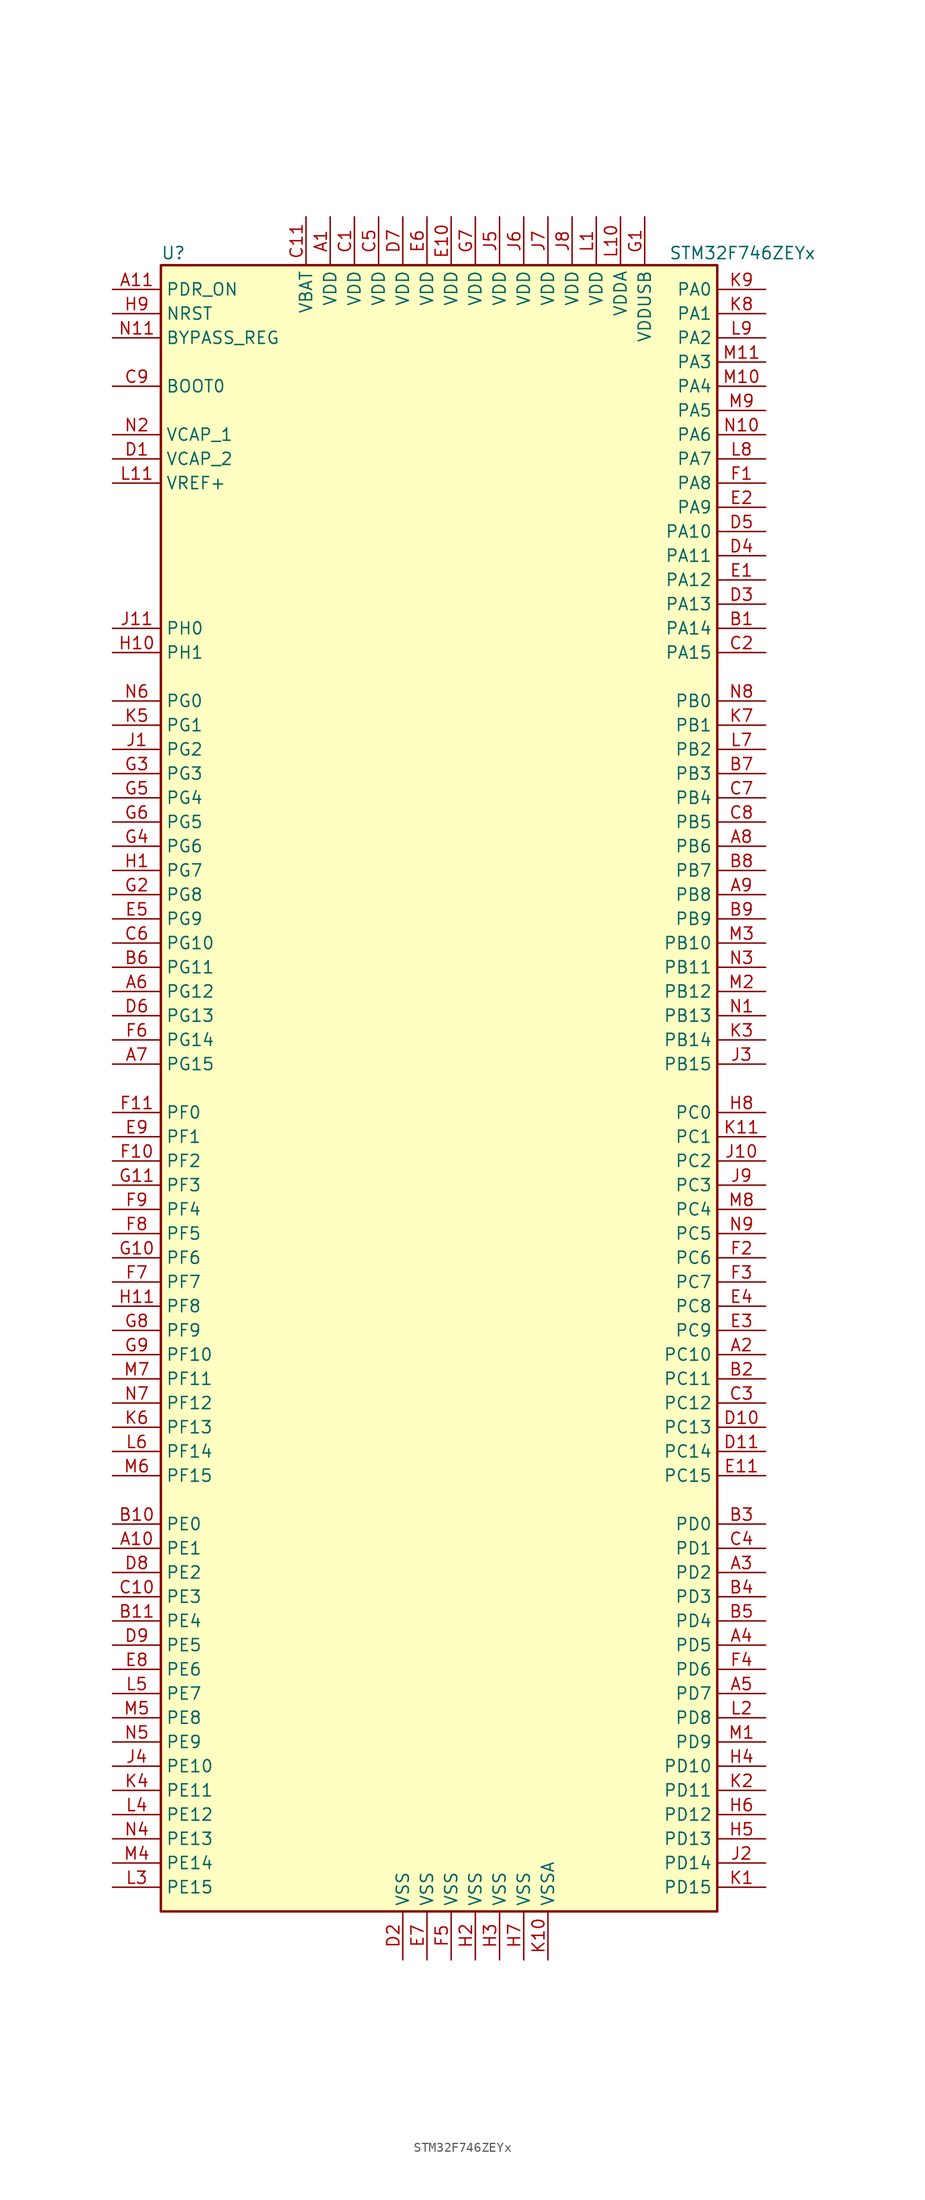
<source format=kicad_sym>
(kicad_symbol_lib
  (version 20211014)
  (generator kicad_symbol_editor)
  (symbol "STM32F746ZEYx"
    (property "Reference" "U"
      (at -30.48 87.63 0)
      (effects (font (size 1.27 1.27)) (justify left)))
    (property "Value" "STM32F746ZEYx"
      (at 22.86 87.63 0)
      (effects (font (size 1.27 1.27)) (justify left)))
    (symbol "STM32F746ZEYx_0_1"
      (rectangle (start -30.48 -86.36) (end 27.94 86.36) (stroke (width 0.254) (type default) (color 0 0 0 0)) (fill (type background))))
    (symbol "STM32F746ZEYx_1_1"
      (pin power_in line (at -12.7 91.44 270) (length 5.08) (name "VDD" (effects (font (size 1.27 1.27)))) (number "A1" (effects (font (size 1.27 1.27)))))
      (pin bidirectional line (at -35.56 -48.26 0) (length 5.08) (name "PE1" (effects (font (size 1.27 1.27)))) (number "A10" (effects (font (size 1.27 1.27)))))
      (pin input line (at -35.56 83.82 0) (length 5.08) (name "PDR_ON" (effects (font (size 1.27 1.27)))) (number "A11" (effects (font (size 1.27 1.27)))))
      (pin bidirectional line (at 33.02 -27.94 180) (length 5.08) (name "PC10" (effects (font (size 1.27 1.27)))) (number "A2" (effects (font (size 1.27 1.27)))))
      (pin bidirectional line (at 33.02 -50.8 180) (length 5.08) (name "PD2" (effects (font (size 1.27 1.27)))) (number "A3" (effects (font (size 1.27 1.27)))))
      (pin bidirectional line (at 33.02 -58.42 180) (length 5.08) (name "PD5" (effects (font (size 1.27 1.27)))) (number "A4" (effects (font (size 1.27 1.27)))))
      (pin bidirectional line (at 33.02 -63.5 180) (length 5.08) (name "PD7" (effects (font (size 1.27 1.27)))) (number "A5" (effects (font (size 1.27 1.27)))))
      (pin bidirectional line (at -35.56 10.16 0) (length 5.08) (name "PG12" (effects (font (size 1.27 1.27)))) (number "A6" (effects (font (size 1.27 1.27)))))
      (pin bidirectional line (at -35.56 2.54 0) (length 5.08) (name "PG15" (effects (font (size 1.27 1.27)))) (number "A7" (effects (font (size 1.27 1.27)))))
      (pin bidirectional line (at 33.02 25.4 180) (length 5.08) (name "PB6" (effects (font (size 1.27 1.27)))) (number "A8" (effects (font (size 1.27 1.27)))))
      (pin bidirectional line (at 33.02 20.32 180) (length 5.08) (name "PB8" (effects (font (size 1.27 1.27)))) (number "A9" (effects (font (size 1.27 1.27)))))
      (pin bidirectional line (at 33.02 48.26 180) (length 5.08) (name "PA14" (effects (font (size 1.27 1.27)))) (number "B1" (effects (font (size 1.27 1.27)))))
      (pin bidirectional line (at -35.56 -45.72 0) (length 5.08) (name "PE0" (effects (font (size 1.27 1.27)))) (number "B10" (effects (font (size 1.27 1.27)))))
      (pin bidirectional line (at -35.56 -55.88 0) (length 5.08) (name "PE4" (effects (font (size 1.27 1.27)))) (number "B11" (effects (font (size 1.27 1.27)))))
      (pin bidirectional line (at 33.02 -30.48 180) (length 5.08) (name "PC11" (effects (font (size 1.27 1.27)))) (number "B2" (effects (font (size 1.27 1.27)))))
      (pin bidirectional line (at 33.02 -45.72 180) (length 5.08) (name "PD0" (effects (font (size 1.27 1.27)))) (number "B3" (effects (font (size 1.27 1.27)))))
      (pin bidirectional line (at 33.02 -53.34 180) (length 5.08) (name "PD3" (effects (font (size 1.27 1.27)))) (number "B4" (effects (font (size 1.27 1.27)))))
      (pin bidirectional line (at 33.02 -55.88 180) (length 5.08) (name "PD4" (effects (font (size 1.27 1.27)))) (number "B5" (effects (font (size 1.27 1.27)))))
      (pin bidirectional line (at -35.56 12.7 0) (length 5.08) (name "PG11" (effects (font (size 1.27 1.27)))) (number "B6" (effects (font (size 1.27 1.27)))))
      (pin bidirectional line (at 33.02 33.02 180) (length 5.08) (name "PB3" (effects (font (size 1.27 1.27)))) (number "B7" (effects (font (size 1.27 1.27)))))
      (pin bidirectional line (at 33.02 22.86 180) (length 5.08) (name "PB7" (effects (font (size 1.27 1.27)))) (number "B8" (effects (font (size 1.27 1.27)))))
      (pin bidirectional line (at 33.02 17.78 180) (length 5.08) (name "PB9" (effects (font (size 1.27 1.27)))) (number "B9" (effects (font (size 1.27 1.27)))))
      (pin power_in line (at -10.16 91.44 270) (length 5.08) (name "VDD" (effects (font (size 1.27 1.27)))) (number "C1" (effects (font (size 1.27 1.27)))))
      (pin bidirectional line (at -35.56 -53.34 0) (length 5.08) (name "PE3" (effects (font (size 1.27 1.27)))) (number "C10" (effects (font (size 1.27 1.27)))))
      (pin power_in line (at -15.24 91.44 270) (length 5.08) (name "VBAT" (effects (font (size 1.27 1.27)))) (number "C11" (effects (font (size 1.27 1.27)))))
      (pin bidirectional line (at 33.02 45.72 180) (length 5.08) (name "PA15" (effects (font (size 1.27 1.27)))) (number "C2" (effects (font (size 1.27 1.27)))))
      (pin bidirectional line (at 33.02 -33.02 180) (length 5.08) (name "PC12" (effects (font (size 1.27 1.27)))) (number "C3" (effects (font (size 1.27 1.27)))))
      (pin bidirectional line (at 33.02 -48.26 180) (length 5.08) (name "PD1" (effects (font (size 1.27 1.27)))) (number "C4" (effects (font (size 1.27 1.27)))))
      (pin power_in line (at -7.62 91.44 270) (length 5.08) (name "VDD" (effects (font (size 1.27 1.27)))) (number "C5" (effects (font (size 1.27 1.27)))))
      (pin bidirectional line (at -35.56 15.24 0) (length 5.08) (name "PG10" (effects (font (size 1.27 1.27)))) (number "C6" (effects (font (size 1.27 1.27)))))
      (pin bidirectional line (at 33.02 30.48 180) (length 5.08) (name "PB4" (effects (font (size 1.27 1.27)))) (number "C7" (effects (font (size 1.27 1.27)))))
      (pin bidirectional line (at 33.02 27.94 180) (length 5.08) (name "PB5" (effects (font (size 1.27 1.27)))) (number "C8" (effects (font (size 1.27 1.27)))))
      (pin input line (at -35.56 73.66 0) (length 5.08) (name "BOOT0" (effects (font (size 1.27 1.27)))) (number "C9" (effects (font (size 1.27 1.27)))))
      (pin power_in line (at -35.56 66.04 0) (length 5.08) (name "VCAP_2" (effects (font (size 1.27 1.27)))) (number "D1" (effects (font (size 1.27 1.27)))))
      (pin bidirectional line (at 33.02 -35.56 180) (length 5.08) (name "PC13" (effects (font (size 1.27 1.27)))) (number "D10" (effects (font (size 1.27 1.27)))))
      (pin bidirectional line (at 33.02 -38.1 180) (length 5.08) (name "PC14" (effects (font (size 1.27 1.27)))) (number "D11" (effects (font (size 1.27 1.27)))))
      (pin power_in line (at -5.08 -91.44 90) (length 5.08) (name "VSS" (effects (font (size 1.27 1.27)))) (number "D2" (effects (font (size 1.27 1.27)))))
      (pin bidirectional line (at 33.02 50.8 180) (length 5.08) (name "PA13" (effects (font (size 1.27 1.27)))) (number "D3" (effects (font (size 1.27 1.27)))))
      (pin bidirectional line (at 33.02 55.88 180) (length 5.08) (name "PA11" (effects (font (size 1.27 1.27)))) (number "D4" (effects (font (size 1.27 1.27)))))
      (pin bidirectional line (at 33.02 58.42 180) (length 5.08) (name "PA10" (effects (font (size 1.27 1.27)))) (number "D5" (effects (font (size 1.27 1.27)))))
      (pin bidirectional line (at -35.56 7.62 0) (length 5.08) (name "PG13" (effects (font (size 1.27 1.27)))) (number "D6" (effects (font (size 1.27 1.27)))))
      (pin power_in line (at -5.08 91.44 270) (length 5.08) (name "VDD" (effects (font (size 1.27 1.27)))) (number "D7" (effects (font (size 1.27 1.27)))))
      (pin bidirectional line (at -35.56 -50.8 0) (length 5.08) (name "PE2" (effects (font (size 1.27 1.27)))) (number "D8" (effects (font (size 1.27 1.27)))))
      (pin bidirectional line (at -35.56 -58.42 0) (length 5.08) (name "PE5" (effects (font (size 1.27 1.27)))) (number "D9" (effects (font (size 1.27 1.27)))))
      (pin bidirectional line (at 33.02 53.34 180) (length 5.08) (name "PA12" (effects (font (size 1.27 1.27)))) (number "E1" (effects (font (size 1.27 1.27)))))
      (pin power_in line (at 0 91.44 270) (length 5.08) (name "VDD" (effects (font (size 1.27 1.27)))) (number "E10" (effects (font (size 1.27 1.27)))))
      (pin bidirectional line (at 33.02 -40.64 180) (length 5.08) (name "PC15" (effects (font (size 1.27 1.27)))) (number "E11" (effects (font (size 1.27 1.27)))))
      (pin bidirectional line (at 33.02 60.96 180) (length 5.08) (name "PA9" (effects (font (size 1.27 1.27)))) (number "E2" (effects (font (size 1.27 1.27)))))
      (pin bidirectional line (at 33.02 -25.4 180) (length 5.08) (name "PC9" (effects (font (size 1.27 1.27)))) (number "E3" (effects (font (size 1.27 1.27)))))
      (pin bidirectional line (at 33.02 -22.86 180) (length 5.08) (name "PC8" (effects (font (size 1.27 1.27)))) (number "E4" (effects (font (size 1.27 1.27)))))
      (pin bidirectional line (at -35.56 17.78 0) (length 5.08) (name "PG9" (effects (font (size 1.27 1.27)))) (number "E5" (effects (font (size 1.27 1.27)))))
      (pin power_in line (at -2.54 91.44 270) (length 5.08) (name "VDD" (effects (font (size 1.27 1.27)))) (number "E6" (effects (font (size 1.27 1.27)))))
      (pin power_in line (at -2.54 -91.44 90) (length 5.08) (name "VSS" (effects (font (size 1.27 1.27)))) (number "E7" (effects (font (size 1.27 1.27)))))
      (pin bidirectional line (at -35.56 -60.96 0) (length 5.08) (name "PE6" (effects (font (size 1.27 1.27)))) (number "E8" (effects (font (size 1.27 1.27)))))
      (pin bidirectional line (at -35.56 -5.08 0) (length 5.08) (name "PF1" (effects (font (size 1.27 1.27)))) (number "E9" (effects (font (size 1.27 1.27)))))
      (pin bidirectional line (at 33.02 63.5 180) (length 5.08) (name "PA8" (effects (font (size 1.27 1.27)))) (number "F1" (effects (font (size 1.27 1.27)))))
      (pin bidirectional line (at -35.56 -7.62 0) (length 5.08) (name "PF2" (effects (font (size 1.27 1.27)))) (number "F10" (effects (font (size 1.27 1.27)))))
      (pin bidirectional line (at -35.56 -2.54 0) (length 5.08) (name "PF0" (effects (font (size 1.27 1.27)))) (number "F11" (effects (font (size 1.27 1.27)))))
      (pin bidirectional line (at 33.02 -17.78 180) (length 5.08) (name "PC6" (effects (font (size 1.27 1.27)))) (number "F2" (effects (font (size 1.27 1.27)))))
      (pin bidirectional line (at 33.02 -20.32 180) (length 5.08) (name "PC7" (effects (font (size 1.27 1.27)))) (number "F3" (effects (font (size 1.27 1.27)))))
      (pin bidirectional line (at 33.02 -60.96 180) (length 5.08) (name "PD6" (effects (font (size 1.27 1.27)))) (number "F4" (effects (font (size 1.27 1.27)))))
      (pin power_in line (at 0 -91.44 90) (length 5.08) (name "VSS" (effects (font (size 1.27 1.27)))) (number "F5" (effects (font (size 1.27 1.27)))))
      (pin bidirectional line (at -35.56 5.08 0) (length 5.08) (name "PG14" (effects (font (size 1.27 1.27)))) (number "F6" (effects (font (size 1.27 1.27)))))
      (pin bidirectional line (at -35.56 -20.32 0) (length 5.08) (name "PF7" (effects (font (size 1.27 1.27)))) (number "F7" (effects (font (size 1.27 1.27)))))
      (pin bidirectional line (at -35.56 -15.24 0) (length 5.08) (name "PF5" (effects (font (size 1.27 1.27)))) (number "F8" (effects (font (size 1.27 1.27)))))
      (pin bidirectional line (at -35.56 -12.7 0) (length 5.08) (name "PF4" (effects (font (size 1.27 1.27)))) (number "F9" (effects (font (size 1.27 1.27)))))
      (pin power_in line (at 20.32 91.44 270) (length 5.08) (name "VDDUSB" (effects (font (size 1.27 1.27)))) (number "G1" (effects (font (size 1.27 1.27)))))
      (pin bidirectional line (at -35.56 -17.78 0) (length 5.08) (name "PF6" (effects (font (size 1.27 1.27)))) (number "G10" (effects (font (size 1.27 1.27)))))
      (pin bidirectional line (at -35.56 -10.16 0) (length 5.08) (name "PF3" (effects (font (size 1.27 1.27)))) (number "G11" (effects (font (size 1.27 1.27)))))
      (pin bidirectional line (at -35.56 20.32 0) (length 5.08) (name "PG8" (effects (font (size 1.27 1.27)))) (number "G2" (effects (font (size 1.27 1.27)))))
      (pin bidirectional line (at -35.56 33.02 0) (length 5.08) (name "PG3" (effects (font (size 1.27 1.27)))) (number "G3" (effects (font (size 1.27 1.27)))))
      (pin bidirectional line (at -35.56 25.4 0) (length 5.08) (name "PG6" (effects (font (size 1.27 1.27)))) (number "G4" (effects (font (size 1.27 1.27)))))
      (pin bidirectional line (at -35.56 30.48 0) (length 5.08) (name "PG4" (effects (font (size 1.27 1.27)))) (number "G5" (effects (font (size 1.27 1.27)))))
      (pin bidirectional line (at -35.56 27.94 0) (length 5.08) (name "PG5" (effects (font (size 1.27 1.27)))) (number "G6" (effects (font (size 1.27 1.27)))))
      (pin power_in line (at 2.54 91.44 270) (length 5.08) (name "VDD" (effects (font (size 1.27 1.27)))) (number "G7" (effects (font (size 1.27 1.27)))))
      (pin bidirectional line (at -35.56 -25.4 0) (length 5.08) (name "PF9" (effects (font (size 1.27 1.27)))) (number "G8" (effects (font (size 1.27 1.27)))))
      (pin bidirectional line (at -35.56 -27.94 0) (length 5.08) (name "PF10" (effects (font (size 1.27 1.27)))) (number "G9" (effects (font (size 1.27 1.27)))))
      (pin bidirectional line (at -35.56 22.86 0) (length 5.08) (name "PG7" (effects (font (size 1.27 1.27)))) (number "H1" (effects (font (size 1.27 1.27)))))
      (pin input line (at -35.56 45.72 0) (length 5.08) (name "PH1" (effects (font (size 1.27 1.27)))) (number "H10" (effects (font (size 1.27 1.27)))))
      (pin bidirectional line (at -35.56 -22.86 0) (length 5.08) (name "PF8" (effects (font (size 1.27 1.27)))) (number "H11" (effects (font (size 1.27 1.27)))))
      (pin power_in line (at 2.54 -91.44 90) (length 5.08) (name "VSS" (effects (font (size 1.27 1.27)))) (number "H2" (effects (font (size 1.27 1.27)))))
      (pin power_in line (at 5.08 -91.44 90) (length 5.08) (name "VSS" (effects (font (size 1.27 1.27)))) (number "H3" (effects (font (size 1.27 1.27)))))
      (pin bidirectional line (at 33.02 -71.12 180) (length 5.08) (name "PD10" (effects (font (size 1.27 1.27)))) (number "H4" (effects (font (size 1.27 1.27)))))
      (pin bidirectional line (at 33.02 -78.74 180) (length 5.08) (name "PD13" (effects (font (size 1.27 1.27)))) (number "H5" (effects (font (size 1.27 1.27)))))
      (pin bidirectional line (at 33.02 -76.2 180) (length 5.08) (name "PD12" (effects (font (size 1.27 1.27)))) (number "H6" (effects (font (size 1.27 1.27)))))
      (pin power_in line (at 7.62 -91.44 90) (length 5.08) (name "VSS" (effects (font (size 1.27 1.27)))) (number "H7" (effects (font (size 1.27 1.27)))))
      (pin bidirectional line (at 33.02 -2.54 180) (length 5.08) (name "PC0" (effects (font (size 1.27 1.27)))) (number "H8" (effects (font (size 1.27 1.27)))))
      (pin input line (at -35.56 81.28 0) (length 5.08) (name "NRST" (effects (font (size 1.27 1.27)))) (number "H9" (effects (font (size 1.27 1.27)))))
      (pin bidirectional line (at -35.56 35.56 0) (length 5.08) (name "PG2" (effects (font (size 1.27 1.27)))) (number "J1" (effects (font (size 1.27 1.27)))))
      (pin bidirectional line (at 33.02 -7.62 180) (length 5.08) (name "PC2" (effects (font (size 1.27 1.27)))) (number "J10" (effects (font (size 1.27 1.27)))))
      (pin input line (at -35.56 48.26 0) (length 5.08) (name "PH0" (effects (font (size 1.27 1.27)))) (number "J11" (effects (font (size 1.27 1.27)))))
      (pin bidirectional line (at 33.02 -81.28 180) (length 5.08) (name "PD14" (effects (font (size 1.27 1.27)))) (number "J2" (effects (font (size 1.27 1.27)))))
      (pin bidirectional line (at 33.02 2.54 180) (length 5.08) (name "PB15" (effects (font (size 1.27 1.27)))) (number "J3" (effects (font (size 1.27 1.27)))))
      (pin bidirectional line (at -35.56 -71.12 0) (length 5.08) (name "PE10" (effects (font (size 1.27 1.27)))) (number "J4" (effects (font (size 1.27 1.27)))))
      (pin power_in line (at 5.08 91.44 270) (length 5.08) (name "VDD" (effects (font (size 1.27 1.27)))) (number "J5" (effects (font (size 1.27 1.27)))))
      (pin power_in line (at 7.62 91.44 270) (length 5.08) (name "VDD" (effects (font (size 1.27 1.27)))) (number "J6" (effects (font (size 1.27 1.27)))))
      (pin power_in line (at 10.16 91.44 270) (length 5.08) (name "VDD" (effects (font (size 1.27 1.27)))) (number "J7" (effects (font (size 1.27 1.27)))))
      (pin power_in line (at 12.7 91.44 270) (length 5.08) (name "VDD" (effects (font (size 1.27 1.27)))) (number "J8" (effects (font (size 1.27 1.27)))))
      (pin bidirectional line (at 33.02 -10.16 180) (length 5.08) (name "PC3" (effects (font (size 1.27 1.27)))) (number "J9" (effects (font (size 1.27 1.27)))))
      (pin bidirectional line (at 33.02 -83.82 180) (length 5.08) (name "PD15" (effects (font (size 1.27 1.27)))) (number "K1" (effects (font (size 1.27 1.27)))))
      (pin power_in line (at 10.16 -91.44 90) (length 5.08) (name "VSSA" (effects (font (size 1.27 1.27)))) (number "K10" (effects (font (size 1.27 1.27)))))
      (pin bidirectional line (at 33.02 -5.08 180) (length 5.08) (name "PC1" (effects (font (size 1.27 1.27)))) (number "K11" (effects (font (size 1.27 1.27)))))
      (pin bidirectional line (at 33.02 -73.66 180) (length 5.08) (name "PD11" (effects (font (size 1.27 1.27)))) (number "K2" (effects (font (size 1.27 1.27)))))
      (pin bidirectional line (at 33.02 5.08 180) (length 5.08) (name "PB14" (effects (font (size 1.27 1.27)))) (number "K3" (effects (font (size 1.27 1.27)))))
      (pin bidirectional line (at -35.56 -73.66 0) (length 5.08) (name "PE11" (effects (font (size 1.27 1.27)))) (number "K4" (effects (font (size 1.27 1.27)))))
      (pin bidirectional line (at -35.56 38.1 0) (length 5.08) (name "PG1" (effects (font (size 1.27 1.27)))) (number "K5" (effects (font (size 1.27 1.27)))))
      (pin bidirectional line (at -35.56 -35.56 0) (length 5.08) (name "PF13" (effects (font (size 1.27 1.27)))) (number "K6" (effects (font (size 1.27 1.27)))))
      (pin bidirectional line (at 33.02 38.1 180) (length 5.08) (name "PB1" (effects (font (size 1.27 1.27)))) (number "K7" (effects (font (size 1.27 1.27)))))
      (pin bidirectional line (at 33.02 81.28 180) (length 5.08) (name "PA1" (effects (font (size 1.27 1.27)))) (number "K8" (effects (font (size 1.27 1.27)))))
      (pin bidirectional line (at 33.02 83.82 180) (length 5.08) (name "PA0" (effects (font (size 1.27 1.27)))) (number "K9" (effects (font (size 1.27 1.27)))))
      (pin power_in line (at 15.24 91.44 270) (length 5.08) (name "VDD" (effects (font (size 1.27 1.27)))) (number "L1" (effects (font (size 1.27 1.27)))))
      (pin power_in line (at 17.78 91.44 270) (length 5.08) (name "VDDA" (effects (font (size 1.27 1.27)))) (number "L10" (effects (font (size 1.27 1.27)))))
      (pin power_in line (at -35.56 63.5 0) (length 5.08) (name "VREF+" (effects (font (size 1.27 1.27)))) (number "L11" (effects (font (size 1.27 1.27)))))
      (pin bidirectional line (at 33.02 -66.04 180) (length 5.08) (name "PD8" (effects (font (size 1.27 1.27)))) (number "L2" (effects (font (size 1.27 1.27)))))
      (pin bidirectional line (at -35.56 -83.82 0) (length 5.08) (name "PE15" (effects (font (size 1.27 1.27)))) (number "L3" (effects (font (size 1.27 1.27)))))
      (pin bidirectional line (at -35.56 -76.2 0) (length 5.08) (name "PE12" (effects (font (size 1.27 1.27)))) (number "L4" (effects (font (size 1.27 1.27)))))
      (pin bidirectional line (at -35.56 -63.5 0) (length 5.08) (name "PE7" (effects (font (size 1.27 1.27)))) (number "L5" (effects (font (size 1.27 1.27)))))
      (pin bidirectional line (at -35.56 -38.1 0) (length 5.08) (name "PF14" (effects (font (size 1.27 1.27)))) (number "L6" (effects (font (size 1.27 1.27)))))
      (pin bidirectional line (at 33.02 35.56 180) (length 5.08) (name "PB2" (effects (font (size 1.27 1.27)))) (number "L7" (effects (font (size 1.27 1.27)))))
      (pin bidirectional line (at 33.02 66.04 180) (length 5.08) (name "PA7" (effects (font (size 1.27 1.27)))) (number "L8" (effects (font (size 1.27 1.27)))))
      (pin bidirectional line (at 33.02 78.74 180) (length 5.08) (name "PA2" (effects (font (size 1.27 1.27)))) (number "L9" (effects (font (size 1.27 1.27)))))
      (pin bidirectional line (at 33.02 -68.58 180) (length 5.08) (name "PD9" (effects (font (size 1.27 1.27)))) (number "M1" (effects (font (size 1.27 1.27)))))
      (pin bidirectional line (at 33.02 73.66 180) (length 5.08) (name "PA4" (effects (font (size 1.27 1.27)))) (number "M10" (effects (font (size 1.27 1.27)))))
      (pin bidirectional line (at 33.02 76.2 180) (length 5.08) (name "PA3" (effects (font (size 1.27 1.27)))) (number "M11" (effects (font (size 1.27 1.27)))))
      (pin bidirectional line (at 33.02 10.16 180) (length 5.08) (name "PB12" (effects (font (size 1.27 1.27)))) (number "M2" (effects (font (size 1.27 1.27)))))
      (pin bidirectional line (at 33.02 15.24 180) (length 5.08) (name "PB10" (effects (font (size 1.27 1.27)))) (number "M3" (effects (font (size 1.27 1.27)))))
      (pin bidirectional line (at -35.56 -81.28 0) (length 5.08) (name "PE14" (effects (font (size 1.27 1.27)))) (number "M4" (effects (font (size 1.27 1.27)))))
      (pin bidirectional line (at -35.56 -66.04 0) (length 5.08) (name "PE8" (effects (font (size 1.27 1.27)))) (number "M5" (effects (font (size 1.27 1.27)))))
      (pin bidirectional line (at -35.56 -40.64 0) (length 5.08) (name "PF15" (effects (font (size 1.27 1.27)))) (number "M6" (effects (font (size 1.27 1.27)))))
      (pin bidirectional line (at -35.56 -30.48 0) (length 5.08) (name "PF11" (effects (font (size 1.27 1.27)))) (number "M7" (effects (font (size 1.27 1.27)))))
      (pin bidirectional line (at 33.02 -12.7 180) (length 5.08) (name "PC4" (effects (font (size 1.27 1.27)))) (number "M8" (effects (font (size 1.27 1.27)))))
      (pin bidirectional line (at 33.02 71.12 180) (length 5.08) (name "PA5" (effects (font (size 1.27 1.27)))) (number "M9" (effects (font (size 1.27 1.27)))))
      (pin bidirectional line (at 33.02 7.62 180) (length 5.08) (name "PB13" (effects (font (size 1.27 1.27)))) (number "N1" (effects (font (size 1.27 1.27)))))
      (pin bidirectional line (at 33.02 68.58 180) (length 5.08) (name "PA6" (effects (font (size 1.27 1.27)))) (number "N10" (effects (font (size 1.27 1.27)))))
      (pin input line (at -35.56 78.74 0) (length 5.08) (name "BYPASS_REG" (effects (font (size 1.27 1.27)))) (number "N11" (effects (font (size 1.27 1.27)))))
      (pin power_in line (at -35.56 68.58 0) (length 5.08) (name "VCAP_1" (effects (font (size 1.27 1.27)))) (number "N2" (effects (font (size 1.27 1.27)))))
      (pin bidirectional line (at 33.02 12.7 180) (length 5.08) (name "PB11" (effects (font (size 1.27 1.27)))) (number "N3" (effects (font (size 1.27 1.27)))))
      (pin bidirectional line (at -35.56 -78.74 0) (length 5.08) (name "PE13" (effects (font (size 1.27 1.27)))) (number "N4" (effects (font (size 1.27 1.27)))))
      (pin bidirectional line (at -35.56 -68.58 0) (length 5.08) (name "PE9" (effects (font (size 1.27 1.27)))) (number "N5" (effects (font (size 1.27 1.27)))))
      (pin bidirectional line (at -35.56 40.64 0) (length 5.08) (name "PG0" (effects (font (size 1.27 1.27)))) (number "N6" (effects (font (size 1.27 1.27)))))
      (pin bidirectional line (at -35.56 -33.02 0) (length 5.08) (name "PF12" (effects (font (size 1.27 1.27)))) (number "N7" (effects (font (size 1.27 1.27)))))
      (pin bidirectional line (at 33.02 40.64 180) (length 5.08) (name "PB0" (effects (font (size 1.27 1.27)))) (number "N8" (effects (font (size 1.27 1.27)))))
      (pin bidirectional line (at 33.02 -15.24 180) (length 5.08) (name "PC5" (effects (font (size 1.27 1.27)))) (number "N9" (effects (font (size 1.27 1.27))))))))
</source>
